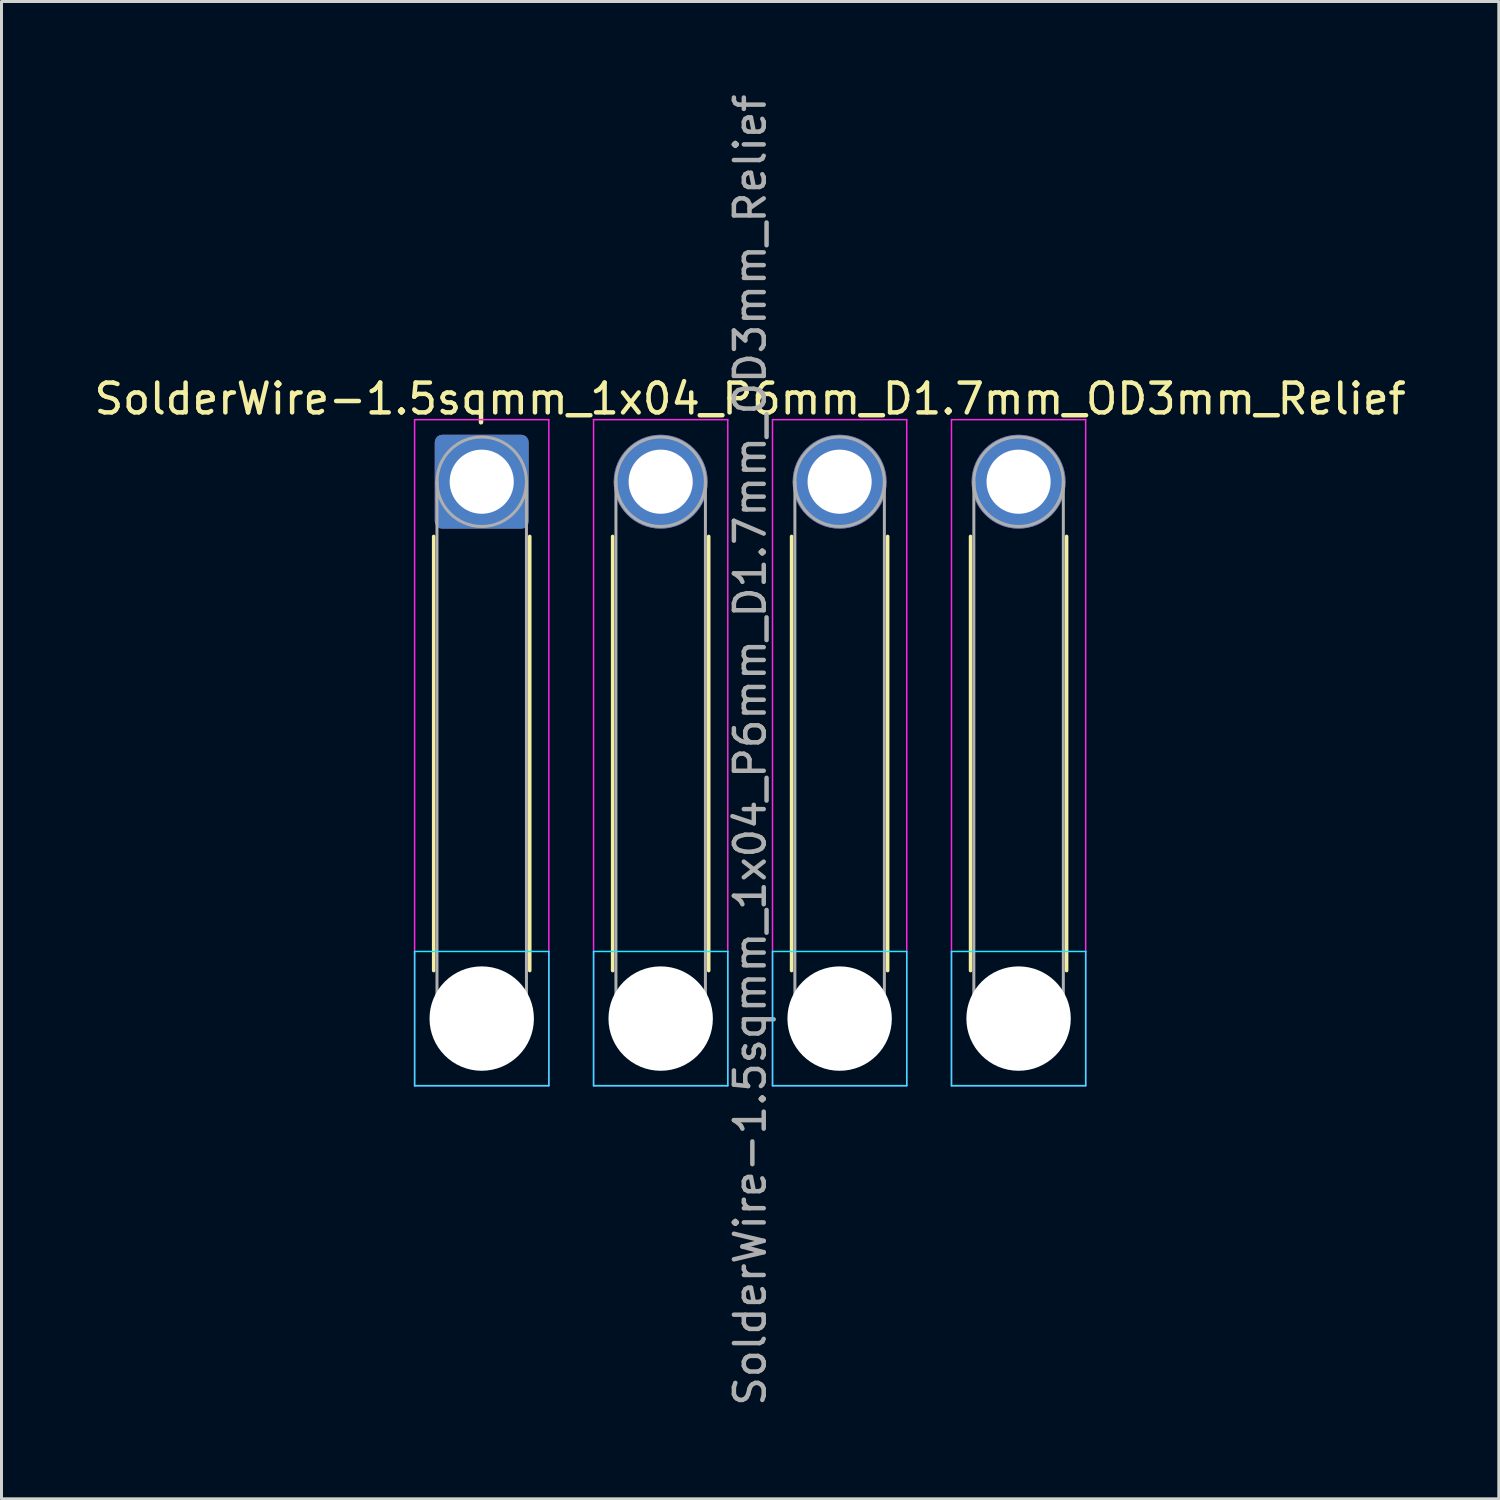
<source format=kicad_pcb>
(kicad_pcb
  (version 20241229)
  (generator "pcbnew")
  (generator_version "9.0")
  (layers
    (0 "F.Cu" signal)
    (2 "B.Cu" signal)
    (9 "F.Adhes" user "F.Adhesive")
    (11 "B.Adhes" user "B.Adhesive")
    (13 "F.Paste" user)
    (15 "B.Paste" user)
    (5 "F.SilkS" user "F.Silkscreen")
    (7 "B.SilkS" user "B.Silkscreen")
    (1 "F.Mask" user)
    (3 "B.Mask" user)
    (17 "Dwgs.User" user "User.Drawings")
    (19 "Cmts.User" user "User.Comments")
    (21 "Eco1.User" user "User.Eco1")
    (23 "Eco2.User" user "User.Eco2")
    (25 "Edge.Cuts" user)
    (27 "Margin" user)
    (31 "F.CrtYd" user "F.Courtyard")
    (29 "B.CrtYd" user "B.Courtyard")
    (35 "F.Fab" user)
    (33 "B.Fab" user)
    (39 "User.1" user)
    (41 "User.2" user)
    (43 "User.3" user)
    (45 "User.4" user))
  (footprint "SolderWire-1.5sqmm_1x04_P6mm_D1.7mm_OD3mm_Relief"
    (layer "F.Cu")
    (at 13.101 13.101)
    (property "Reference" "SolderWire-1.5sqmm_1x04_P6mm_D1.7mm_OD3mm_Relief" (at 9 -2.78 0) (layer "F.SilkS") (effects (font (size 1 1) (thickness 0.15))))
    (attr exclude_from_pos_files exclude_from_bom)
    (fp_line (start -1.61 1.835) (end -1.61 16.39) (stroke (width 0.12) (type solid)) (layer "F.SilkS"))
    (fp_line (start 1.61 1.835) (end 1.61 16.39) (stroke (width 0.12) (type solid)) (layer "F.SilkS"))
    (fp_line (start 4.39 1.835) (end 4.39 16.39) (stroke (width 0.12) (type solid)) (layer "F.SilkS"))
    (fp_line (start 7.61 1.835) (end 7.61 16.39) (stroke (width 0.12) (type solid)) (layer "F.SilkS"))
    (fp_line (start 10.39 1.835) (end 10.39 16.39) (stroke (width 0.12) (type solid)) (layer "F.SilkS"))
    (fp_line (start 13.61 1.835) (end 13.61 16.39) (stroke (width 0.12) (type solid)) (layer "F.SilkS"))
    (fp_line (start 16.39 1.835) (end 16.39 16.39) (stroke (width 0.12) (type solid)) (layer "F.SilkS"))
    (fp_line (start 19.61 1.835) (end 19.61 16.39) (stroke (width 0.12) (type solid)) (layer "F.SilkS"))
    (fp_line (start -2.25 15.75) (end -2.25 20.25) (stroke (width 0.05) (type solid)) (layer "B.CrtYd"))
    (fp_line (start -2.25 20.25) (end 2.25 20.25) (stroke (width 0.05) (type solid)) (layer "B.CrtYd"))
    (fp_line (start 2.25 15.75) (end -2.25 15.75) (stroke (width 0.05) (type solid)) (layer "B.CrtYd"))
    (fp_line (start 2.25 20.25) (end 2.25 15.75) (stroke (width 0.05) (type solid)) (layer "B.CrtYd"))
    (fp_line (start 3.75 15.75) (end 3.75 20.25) (stroke (width 0.05) (type solid)) (layer "B.CrtYd"))
    (fp_line (start 3.75 20.25) (end 8.25 20.25) (stroke (width 0.05) (type solid)) (layer "B.CrtYd"))
    (fp_line (start 8.25 15.75) (end 3.75 15.75) (stroke (width 0.05) (type solid)) (layer "B.CrtYd"))
    (fp_line (start 8.25 20.25) (end 8.25 15.75) (stroke (width 0.05) (type solid)) (layer "B.CrtYd"))
    (fp_line (start 9.75 15.75) (end 9.75 20.25) (stroke (width 0.05) (type solid)) (layer "B.CrtYd"))
    (fp_line (start 9.75 20.25) (end 14.25 20.25) (stroke (width 0.05) (type solid)) (layer "B.CrtYd"))
    (fp_line (start 14.25 15.75) (end 9.75 15.75) (stroke (width 0.05) (type solid)) (layer "B.CrtYd"))
    (fp_line (start 14.25 20.25) (end 14.25 15.75) (stroke (width 0.05) (type solid)) (layer "B.CrtYd"))
    (fp_line (start 15.75 15.75) (end 15.75 20.25) (stroke (width 0.05) (type solid)) (layer "B.CrtYd"))
    (fp_line (start 15.75 20.25) (end 20.25 20.25) (stroke (width 0.05) (type solid)) (layer "B.CrtYd"))
    (fp_line (start 20.25 15.75) (end 15.75 15.75) (stroke (width 0.05) (type solid)) (layer "B.CrtYd"))
    (fp_line (start 20.25 20.25) (end 20.25 15.75) (stroke (width 0.05) (type solid)) (layer "B.CrtYd"))
    (fp_line (start -2.25 -2.08) (end -2.25 20.25) (stroke (width 0.05) (type solid)) (layer "F.CrtYd"))
    (fp_line (start -2.25 20.25) (end 2.25 20.25) (stroke (width 0.05) (type solid)) (layer "F.CrtYd"))
    (fp_line (start 2.25 -2.08) (end -2.25 -2.08) (stroke (width 0.05) (type solid)) (layer "F.CrtYd"))
    (fp_line (start 2.25 20.25) (end 2.25 -2.08) (stroke (width 0.05) (type solid)) (layer "F.CrtYd"))
    (fp_line (start 3.75 -2.08) (end 3.75 20.25) (stroke (width 0.05) (type solid)) (layer "F.CrtYd"))
    (fp_line (start 3.75 20.25) (end 8.25 20.25) (stroke (width 0.05) (type solid)) (layer "F.CrtYd"))
    (fp_line (start 8.25 -2.08) (end 3.75 -2.08) (stroke (width 0.05) (type solid)) (layer "F.CrtYd"))
    (fp_line (start 8.25 20.25) (end 8.25 -2.08) (stroke (width 0.05) (type solid)) (layer "F.CrtYd"))
    (fp_line (start 9.75 -2.08) (end 9.75 20.25) (stroke (width 0.05) (type solid)) (layer "F.CrtYd"))
    (fp_line (start 9.75 20.25) (end 14.25 20.25) (stroke (width 0.05) (type solid)) (layer "F.CrtYd"))
    (fp_line (start 14.25 -2.08) (end 9.75 -2.08) (stroke (width 0.05) (type solid)) (layer "F.CrtYd"))
    (fp_line (start 14.25 20.25) (end 14.25 -2.08) (stroke (width 0.05) (type solid)) (layer "F.CrtYd"))
    (fp_line (start 15.75 -2.08) (end 15.75 20.25) (stroke (width 0.05) (type solid)) (layer "F.CrtYd"))
    (fp_line (start 15.75 20.25) (end 20.25 20.25) (stroke (width 0.05) (type solid)) (layer "F.CrtYd"))
    (fp_line (start 20.25 -2.08) (end 15.75 -2.08) (stroke (width 0.05) (type solid)) (layer "F.CrtYd"))
    (fp_line (start 20.25 20.25) (end 20.25 -2.08) (stroke (width 0.05) (type solid)) (layer "F.CrtYd"))
    (fp_line (start -1.5 0) (end -1.5 18) (stroke (width 0.1) (type solid)) (layer "F.Fab"))
    (fp_line (start 1.5 0) (end 1.5 18) (stroke (width 0.1) (type solid)) (layer "F.Fab"))
    (fp_line (start 4.5 0) (end 4.5 18) (stroke (width 0.1) (type solid)) (layer "F.Fab"))
    (fp_line (start 7.5 0) (end 7.5 18) (stroke (width 0.1) (type solid)) (layer "F.Fab"))
    (fp_line (start 10.5 0) (end 10.5 18) (stroke (width 0.1) (type solid)) (layer "F.Fab"))
    (fp_line (start 13.5 0) (end 13.5 18) (stroke (width 0.1) (type solid)) (layer "F.Fab"))
    (fp_line (start 16.5 0) (end 16.5 18) (stroke (width 0.1) (type solid)) (layer "F.Fab"))
    (fp_line (start 19.5 0) (end 19.5 18) (stroke (width 0.1) (type solid)) (layer "F.Fab"))
    (fp_circle (center 0 0) (end 1.5 0) (stroke (width 0.1) (type solid)) (fill no) (layer "F.Fab"))
    (fp_circle (center 0 18) (end 1.5 18) (stroke (width 0.1) (type solid)) (fill no) (layer "F.Fab"))
    (fp_circle (center 6 0) (end 7.5 0) (stroke (width 0.1) (type solid)) (fill no) (layer "F.Fab"))
    (fp_circle (center 6 18) (end 7.5 18) (stroke (width 0.1) (type solid)) (fill no) (layer "F.Fab"))
    (fp_circle (center 12 0) (end 13.5 0) (stroke (width 0.1) (type solid)) (fill no) (layer "F.Fab"))
    (fp_circle (center 12 18) (end 13.5 18) (stroke (width 0.1) (type solid)) (fill no) (layer "F.Fab"))
    (fp_circle (center 18 0) (end 19.5 0) (stroke (width 0.1) (type solid)) (fill no) (layer "F.Fab"))
    (fp_circle (center 18 18) (end 19.5 18) (stroke (width 0.1) (type solid)) (fill no) (layer "F.Fab"))
    (fp_text user "${REFERENCE}" (at 9 9 90) (layer "F.Fab") (effects (font (size 1 1) (thickness 0.15))))
    (pad "" np_thru_hole circle (at 0 18) (size 3.5 3.5) (drill 3.5) (layers "*.Cu" "*.Mask"))
    (pad "" np_thru_hole circle (at 6 18) (size 3.5 3.5) (drill 3.5) (layers "*.Cu" "*.Mask"))
    (pad "" np_thru_hole circle (at 12 18) (size 3.5 3.5) (drill 3.5) (layers "*.Cu" "*.Mask"))
    (pad "" np_thru_hole circle (at 18 18) (size 3.5 3.5) (drill 3.5) (layers "*.Cu" "*.Mask"))
    (pad "1" thru_hole roundrect (at 0 0) (size 3.15 3.15) (drill 2.15) (layers "*.Cu" "*.Mask") (roundrect_rratio 0.079))
    (pad "2" thru_hole circle (at 6 0) (size 3.15 3.15) (drill 2.15) (layers "*.Cu" "*.Mask"))
    (pad "3" thru_hole circle (at 12 0) (size 3.15 3.15) (drill 2.15) (layers "*.Cu" "*.Mask"))
    (pad "4" thru_hole circle (at 18 0) (size 3.15 3.15) (drill 2.15) (layers "*.Cu" "*.Mask")))
  (gr_rect
    (start -3 -3)
    (end 47.202 47.202)
    (stroke (width 0.1) (type default))
    (fill no)
    (layer "Edge.Cuts")))
</source>
